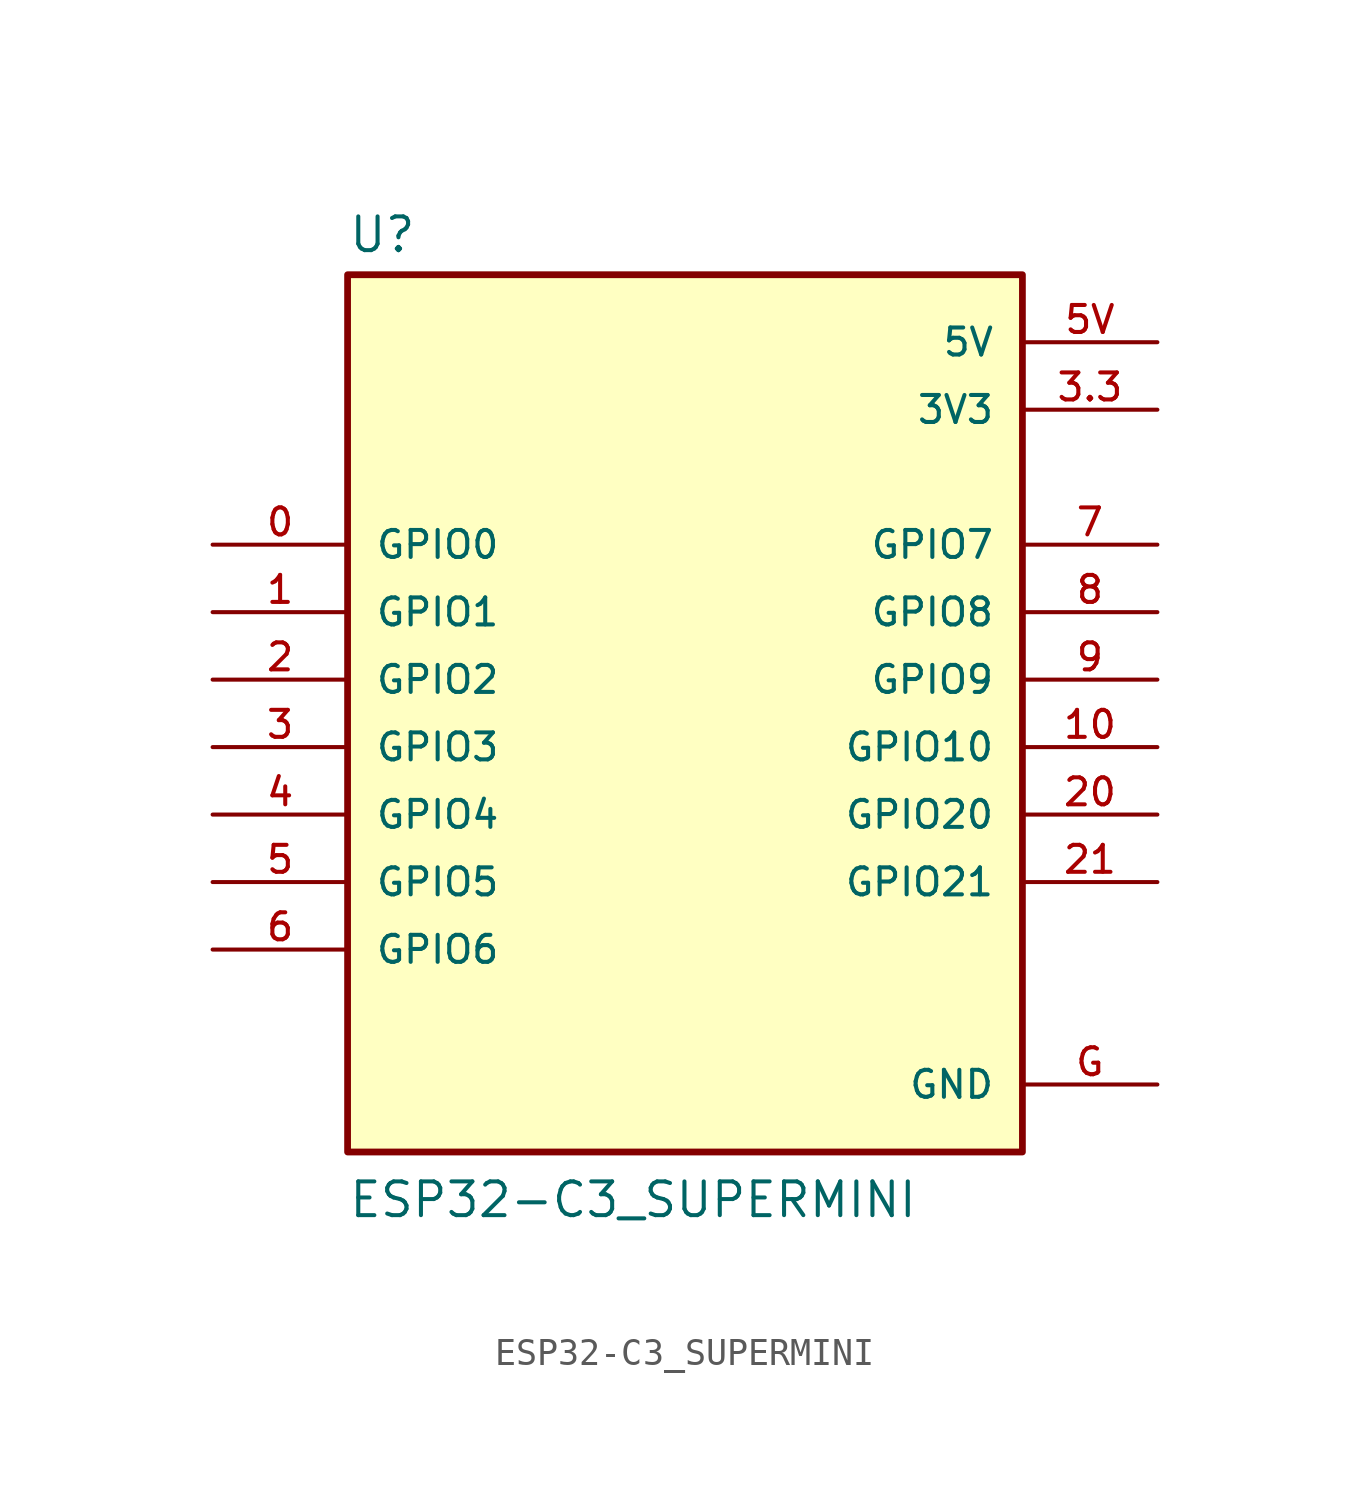
<source format=kicad_sym>
(kicad_symbol_lib
  (version 20211014)
  (generator kicad_symbol_editor)
  (symbol "ESP32-C3_SUPERMINI"
    (pin_names
      (offset 1.016))
    (property "Reference" "U"
      (at -12.7 16.002 0)
      (effects (font (size 1.27 1.27)) (justify bottom left)))
    (property "Value" "ESP32-C3_SUPERMINI"
      (at -12.7 -20.32 0)
      (effects (font (size 1.27 1.27)) (justify bottom left)))
    (symbol "ESP32-C3_SUPERMINI_0_0"
      (rectangle (start -12.7 -17.78) (end 12.7 15.24) (stroke (width 0.254)) (fill (type background)))
      (pin power_in line (at 17.78 12.7 180.0) (length 5.08) (name "5V" (effects (font (size 1.016 1.016)))) (number "5V" (effects (font (size 1.016 1.016)))))
      (pin power_in line (at 17.78 -15.24 180.0) (length 5.08) (name "GND" (effects (font (size 1.016 1.016)))) (number "G" (effects (font (size 1.016 1.016)))))
      (pin power_in line (at 17.78 10.16 180.0) (length 5.08) (name "3V3" (effects (font (size 1.016 1.016)))) (number "3.3" (effects (font (size 1.016 1.016)))))
      (pin bidirectional line (at -17.78 5.08 0) (length 5.08) (name "GPIO0" (effects (font (size 1.016 1.016)))) (number "0" (effects (font (size 1.016 1.016)))))
      (pin bidirectional line (at -17.78 2.54 0) (length 5.08) (name "GPIO1" (effects (font (size 1.016 1.016)))) (number "1" (effects (font (size 1.016 1.016)))))
      (pin bidirectional line (at -17.78 0.0 0) (length 5.08) (name "GPIO2" (effects (font (size 1.016 1.016)))) (number "2" (effects (font (size 1.016 1.016)))))
      (pin bidirectional line (at -17.78 -2.54 0) (length 5.08) (name "GPIO3" (effects (font (size 1.016 1.016)))) (number "3" (effects (font (size 1.016 1.016)))))
      (pin bidirectional line (at -17.78 -5.08 0) (length 5.08) (name "GPIO4" (effects (font (size 1.016 1.016)))) (number "4" (effects (font (size 1.016 1.016)))))
      (pin bidirectional line (at -17.78 -7.62 0) (length 5.08) (name "GPIO5" (effects (font (size 1.016 1.016)))) (number "5" (effects (font (size 1.016 1.016)))))
      (pin bidirectional line (at -17.78 -10.16 0) (length 5.08) (name "GPIO6" (effects (font (size 1.016 1.016)))) (number "6" (effects (font (size 1.016 1.016)))))
      (pin bidirectional line (at 17.78 5.08 180.0) (length 5.08) (name "GPIO7" (effects (font (size 1.016 1.016)))) (number "7" (effects (font (size 1.016 1.016)))))
      (pin bidirectional line (at 17.78 2.54 180.0) (length 5.08) (name "GPIO8" (effects (font (size 1.016 1.016)))) (number "8" (effects (font (size 1.016 1.016)))))
      (pin bidirectional line (at 17.78 0.0 180.0) (length 5.08) (name "GPIO9" (effects (font (size 1.016 1.016)))) (number "9" (effects (font (size 1.016 1.016)))))
      (pin bidirectional line (at 17.78 -2.54 180.0) (length 5.08) (name "GPIO10" (effects (font (size 1.016 1.016)))) (number "10" (effects (font (size 1.016 1.016)))))
      (pin bidirectional line (at 17.78 -5.08 180.0) (length 5.08) (name "GPIO20" (effects (font (size 1.016 1.016)))) (number "20" (effects (font (size 1.016 1.016)))))
      (pin bidirectional line (at 17.78 -7.62 180.0) (length 5.08) (name "GPIO21" (effects (font (size 1.016 1.016)))) (number "21" (effects (font (size 1.016 1.016))))))))
</source>
